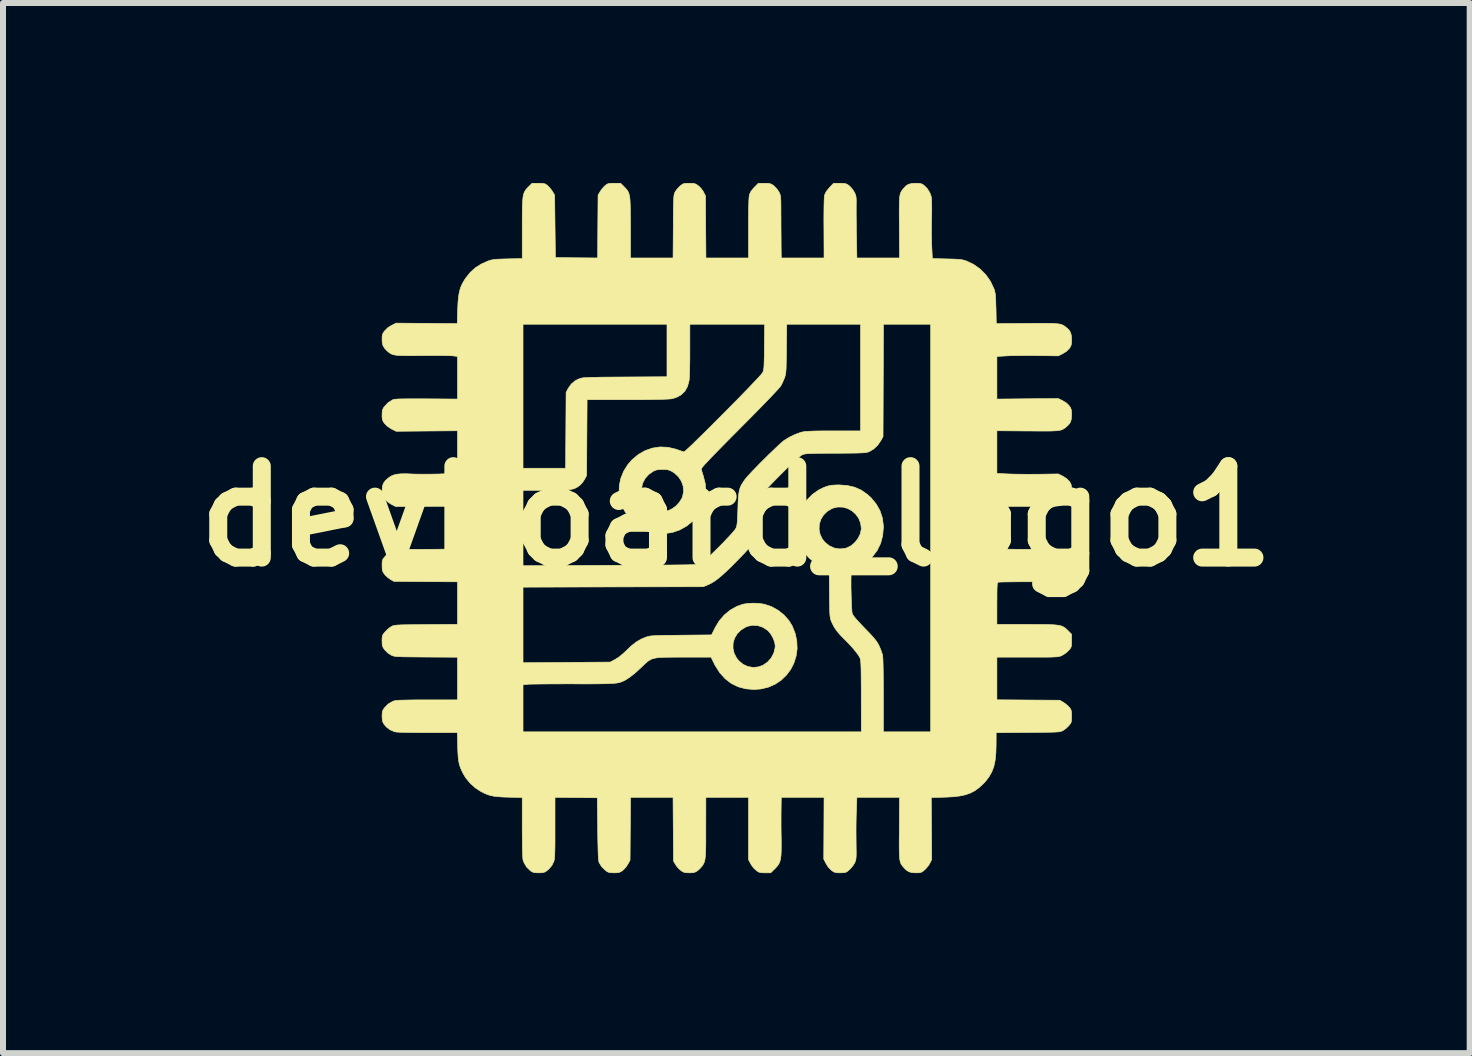
<source format=kicad_pcb>
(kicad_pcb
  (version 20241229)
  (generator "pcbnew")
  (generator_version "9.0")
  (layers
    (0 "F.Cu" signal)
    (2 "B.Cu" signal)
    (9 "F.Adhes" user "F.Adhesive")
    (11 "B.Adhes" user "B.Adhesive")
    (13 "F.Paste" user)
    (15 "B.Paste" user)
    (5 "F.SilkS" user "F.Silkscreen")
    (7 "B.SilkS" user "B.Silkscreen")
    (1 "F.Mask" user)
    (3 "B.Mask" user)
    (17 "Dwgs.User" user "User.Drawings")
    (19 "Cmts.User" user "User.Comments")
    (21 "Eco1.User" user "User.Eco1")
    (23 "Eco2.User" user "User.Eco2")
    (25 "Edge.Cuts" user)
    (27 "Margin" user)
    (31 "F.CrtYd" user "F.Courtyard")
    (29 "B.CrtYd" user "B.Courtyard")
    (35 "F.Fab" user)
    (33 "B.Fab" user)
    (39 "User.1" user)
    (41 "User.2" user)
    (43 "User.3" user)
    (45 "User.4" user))
  (footprint "devboard_logo1"
    (layer "F.Cu")
    (at 9.224 5.555)
    (property "Reference" "devboard_logo1" (at 0 0 0) (layer "F.SilkS") (effects (font (size 1.524 1.524) (thickness 0.3))))
    (attr through_hole)
    (fp_poly (pts (xy 1.776 -5.549) (xy 1.813 -5.545) (xy 1.84 -5.536) (xy 1.867 -5.52) (xy 1.875 -5.514) (xy 1.909 -5.482) (xy 1.944 -5.439) (xy 1.962 -5.409) (xy 1.977 -5.381) (xy 1.988 -5.356) (xy 1.994 -5.33) (xy 1.998 -5.297) (xy 1.999 -5.251) (xy 1.998 -5.187) (xy 1.998 -5.169) (xy 1.998 -5.108) (xy 1.998 -5.027) (xy 1.999 -4.932) (xy 2 -4.83) (xy 2.001 -4.725) (xy 2.003 -4.651) (xy 2.009 -4.305) (xy 2.72 -4.305) (xy 2.717 -4.816) (xy 2.716 -4.95) (xy 2.715 -5.06) (xy 2.716 -5.15) (xy 2.717 -5.222) (xy 2.719 -5.279) (xy 2.723 -5.324) (xy 2.729 -5.359) (xy 2.737 -5.386) (xy 2.747 -5.408) (xy 2.759 -5.428) (xy 2.775 -5.449) (xy 2.781 -5.457) (xy 2.824 -5.504) (xy 2.867 -5.532) (xy 2.92 -5.546) (xy 2.984 -5.55) (xy 3.037 -5.549) (xy 3.073 -5.544) (xy 3.101 -5.534) (xy 3.125 -5.518) (xy 3.182 -5.462) (xy 3.226 -5.391) (xy 3.25 -5.323) (xy 3.254 -5.287) (xy 3.256 -5.229) (xy 3.257 -5.152) (xy 3.257 -5.059) (xy 3.255 -4.991) (xy 3.253 -4.892) (xy 3.252 -4.785) (xy 3.253 -4.678) (xy 3.255 -4.58) (xy 3.257 -4.506) (xy 3.267 -4.295) (xy 3.51 -4.289) (xy 3.598 -4.287) (xy 3.666 -4.284) (xy 3.717 -4.281) (xy 3.757 -4.276) (xy 3.79 -4.269) (xy 3.821 -4.259) (xy 3.832 -4.256) (xy 3.952 -4.199) (xy 4.062 -4.122) (xy 4.157 -4.027) (xy 4.235 -3.917) (xy 4.292 -3.797) (xy 4.294 -3.794) (xy 4.304 -3.763) (xy 4.311 -3.732) (xy 4.317 -3.696) (xy 4.321 -3.65) (xy 4.324 -3.591) (xy 4.326 -3.513) (xy 4.328 -3.463) (xy 4.333 -3.211) (xy 4.849 -3.214) (xy 4.983 -3.215) (xy 5.094 -3.215) (xy 5.185 -3.215) (xy 5.258 -3.214) (xy 5.316 -3.211) (xy 5.361 -3.207) (xy 5.396 -3.202) (xy 5.423 -3.194) (xy 5.446 -3.184) (xy 5.466 -3.172) (xy 5.486 -3.157) (xy 5.495 -3.15) (xy 5.542 -3.108) (xy 5.57 -3.064) (xy 5.584 -3.011) (xy 5.588 -2.946) (xy 5.587 -2.894) (xy 5.582 -2.858) (xy 5.572 -2.83) (xy 5.554 -2.802) (xy 5.551 -2.797) (xy 5.502 -2.748) (xy 5.44 -2.71) (xy 5.366 -2.673) (xy 5.018 -2.678) (xy 4.916 -2.679) (xy 4.812 -2.679) (xy 4.713 -2.678) (xy 4.623 -2.677) (xy 4.549 -2.675) (xy 4.507 -2.673) (xy 4.343 -2.664) (xy 4.343 -1.953) (xy 4.855 -1.958) (xy 5.366 -1.962) (xy 5.44 -1.926) (xy 5.507 -1.884) (xy 5.551 -1.838) (xy 5.57 -1.809) (xy 5.581 -1.781) (xy 5.587 -1.747) (xy 5.588 -1.698) (xy 5.588 -1.69) (xy 5.584 -1.621) (xy 5.569 -1.569) (xy 5.539 -1.526) (xy 5.495 -1.486) (xy 5.474 -1.469) (xy 5.454 -1.456) (xy 5.433 -1.445) (xy 5.408 -1.436) (xy 5.376 -1.43) (xy 5.335 -1.425) (xy 5.283 -1.422) (xy 5.217 -1.42) (xy 5.134 -1.42) (xy 5.031 -1.42) (xy 4.907 -1.421) (xy 4.855 -1.421) (xy 4.343 -1.425) (xy 4.343 -0.714) (xy 4.524 -0.705) (xy 4.59 -0.703) (xy 4.674 -0.701) (xy 4.772 -0.7) (xy 4.876 -0.699) (xy 4.98 -0.7) (xy 5.036 -0.7) (xy 5.366 -0.705) (xy 5.44 -0.669) (xy 5.507 -0.626) (xy 5.551 -0.581) (xy 5.57 -0.551) (xy 5.581 -0.524) (xy 5.587 -0.49) (xy 5.588 -0.441) (xy 5.588 -0.432) (xy 5.584 -0.364) (xy 5.569 -0.312) (xy 5.539 -0.268) (xy 5.495 -0.228) (xy 5.474 -0.212) (xy 5.453 -0.198) (xy 5.43 -0.187) (xy 5.403 -0.179) (xy 5.369 -0.172) (xy 5.324 -0.168) (xy 5.268 -0.165) (xy 5.196 -0.164) (xy 5.106 -0.163) (xy 4.995 -0.164) (xy 4.9 -0.164) (xy 4.792 -0.164) (xy 4.69 -0.164) (xy 4.598 -0.164) (xy 4.518 -0.163) (xy 4.455 -0.162) (xy 4.41 -0.16) (xy 4.389 -0.158) (xy 4.343 -0.15) (xy 4.343 0.546) (xy 4.524 0.549) (xy 4.589 0.55) (xy 4.673 0.551) (xy 4.771 0.551) (xy 4.875 0.552) (xy 4.98 0.552) (xy 5.042 0.552) (xy 5.143 0.552) (xy 5.223 0.553) (xy 5.284 0.554) (xy 5.329 0.556) (xy 5.363 0.559) (xy 5.388 0.563) (xy 5.408 0.569) (xy 5.426 0.576) (xy 5.439 0.582) (xy 5.484 0.611) (xy 5.529 0.648) (xy 5.544 0.664) (xy 5.565 0.69) (xy 5.578 0.713) (xy 5.585 0.739) (xy 5.588 0.776) (xy 5.588 0.824) (xy 5.588 0.932) (xy 5.521 0.996) (xy 5.471 1.039) (xy 5.422 1.069) (xy 5.402 1.077) (xy 5.378 1.081) (xy 5.337 1.085) (xy 5.277 1.088) (xy 5.198 1.09) (xy 5.098 1.091) (xy 4.974 1.092) (xy 4.867 1.092) (xy 4.758 1.092) (xy 4.656 1.093) (xy 4.565 1.094) (xy 4.488 1.095) (xy 4.427 1.096) (xy 4.384 1.098) (xy 4.364 1.1) (xy 4.363 1.1) (xy 4.357 1.105) (xy 4.353 1.116) (xy 4.349 1.136) (xy 4.347 1.168) (xy 4.345 1.215) (xy 4.344 1.279) (xy 4.344 1.363) (xy 4.343 1.456) (xy 4.343 1.803) (xy 4.836 1.803) (xy 4.974 1.804) (xy 5.089 1.804) (xy 5.183 1.805) (xy 5.26 1.808) (xy 5.321 1.812) (xy 5.37 1.818) (xy 5.409 1.827) (xy 5.44 1.838) (xy 5.466 1.853) (xy 5.489 1.87) (xy 5.513 1.892) (xy 5.526 1.905) (xy 5.588 1.967) (xy 5.588 2.074) (xy 5.588 2.126) (xy 5.585 2.161) (xy 5.577 2.186) (xy 5.562 2.21) (xy 5.541 2.235) (xy 5.501 2.273) (xy 5.452 2.307) (xy 5.43 2.319) (xy 5.414 2.327) (xy 5.398 2.333) (xy 5.38 2.338) (xy 5.357 2.342) (xy 5.327 2.344) (xy 5.287 2.346) (xy 5.235 2.348) (xy 5.168 2.349) (xy 5.083 2.349) (xy 4.978 2.349) (xy 4.855 2.349) (xy 4.343 2.349) (xy 4.343 3.06) (xy 5.391 3.067) (xy 5.451 3.102) (xy 5.494 3.132) (xy 5.535 3.169) (xy 5.549 3.184) (xy 5.569 3.21) (xy 5.58 3.233) (xy 5.586 3.262) (xy 5.588 3.305) (xy 5.588 3.334) (xy 5.587 3.386) (xy 5.584 3.421) (xy 5.576 3.446) (xy 5.56 3.469) (xy 5.542 3.491) (xy 5.505 3.528) (xy 5.462 3.561) (xy 5.444 3.572) (xy 5.43 3.579) (xy 5.416 3.585) (xy 5.399 3.59) (xy 5.377 3.593) (xy 5.346 3.596) (xy 5.305 3.598) (xy 5.251 3.6) (xy 5.181 3.601) (xy 5.094 3.602) (xy 4.985 3.603) (xy 4.861 3.604) (xy 4.331 3.608) (xy 4.33 3.807) (xy 4.326 3.948) (xy 4.314 4.068) (xy 4.292 4.171) (xy 4.258 4.261) (xy 4.212 4.343) (xy 4.153 4.42) (xy 4.112 4.463) (xy 4.043 4.526) (xy 3.974 4.576) (xy 3.901 4.614) (xy 3.819 4.643) (xy 3.725 4.663) (xy 3.615 4.676) (xy 3.483 4.683) (xy 3.475 4.683) (xy 3.249 4.69) (xy 3.253 5.206) (xy 3.256 5.721) (xy 3.227 5.782) (xy 3.2 5.826) (xy 3.162 5.871) (xy 3.14 5.893) (xy 3.108 5.92) (xy 3.082 5.935) (xy 3.053 5.942) (xy 3.011 5.944) (xy 2.995 5.944) (xy 2.927 5.94) (xy 2.876 5.926) (xy 2.832 5.898) (xy 2.794 5.859) (xy 2.775 5.837) (xy 2.759 5.817) (xy 2.746 5.796) (xy 2.736 5.772) (xy 2.728 5.743) (xy 2.722 5.705) (xy 2.719 5.656) (xy 2.716 5.594) (xy 2.715 5.516) (xy 2.715 5.42) (xy 2.716 5.303) (xy 2.717 5.204) (xy 2.72 4.686) (xy 2.009 4.686) (xy 2.001 4.905) (xy 1.998 4.987) (xy 1.996 5.086) (xy 1.995 5.194) (xy 1.995 5.304) (xy 1.996 5.408) (xy 1.996 5.423) (xy 1.997 5.518) (xy 1.998 5.591) (xy 1.998 5.646) (xy 1.996 5.687) (xy 1.993 5.716) (xy 1.988 5.739) (xy 1.981 5.758) (xy 1.972 5.778) (xy 1.971 5.782) (xy 1.943 5.825) (xy 1.906 5.87) (xy 1.883 5.893) (xy 1.852 5.919) (xy 1.827 5.934) (xy 1.799 5.941) (xy 1.76 5.943) (xy 1.733 5.944) (xy 1.682 5.943) (xy 1.648 5.938) (xy 1.62 5.926) (xy 1.59 5.906) (xy 1.585 5.902) (xy 1.532 5.849) (xy 1.494 5.788) (xy 1.457 5.715) (xy 1.462 4.686) (xy 0.749 4.686) (xy 0.746 4.886) (xy 0.745 4.963) (xy 0.745 5.057) (xy 0.745 5.161) (xy 0.746 5.266) (xy 0.748 5.366) (xy 0.748 5.373) (xy 0.749 5.486) (xy 0.748 5.577) (xy 0.745 5.649) (xy 0.738 5.706) (xy 0.727 5.752) (xy 0.711 5.79) (xy 0.689 5.824) (xy 0.661 5.856) (xy 0.641 5.877) (xy 0.572 5.944) (xy 0.478 5.944) (xy 0.427 5.943) (xy 0.392 5.938) (xy 0.365 5.927) (xy 0.336 5.908) (xy 0.329 5.902) (xy 0.287 5.862) (xy 0.249 5.811) (xy 0.239 5.793) (xy 0.203 5.725) (xy 0.203 4.686) (xy -0.508 4.686) (xy -0.509 5.191) (xy -0.509 5.324) (xy -0.509 5.434) (xy -0.51 5.524) (xy -0.512 5.597) (xy -0.515 5.655) (xy -0.52 5.7) (xy -0.526 5.735) (xy -0.534 5.764) (xy -0.544 5.787) (xy -0.556 5.809) (xy -0.571 5.832) (xy -0.572 5.833) (xy -0.601 5.867) (xy -0.638 5.901) (xy -0.648 5.909) (xy -0.679 5.928) (xy -0.709 5.939) (xy -0.748 5.943) (xy -0.784 5.944) (xy -0.835 5.942) (xy -0.87 5.936) (xy -0.899 5.923) (xy -0.924 5.906) (xy -0.962 5.872) (xy -0.999 5.828) (xy -1.012 5.808) (xy -1.048 5.747) (xy -1.055 4.686) (xy -1.764 4.686) (xy -1.768 5.21) (xy -1.772 5.734) (xy -1.809 5.801) (xy -1.839 5.846) (xy -1.876 5.888) (xy -1.897 5.906) (xy -1.928 5.926) (xy -1.956 5.938) (xy -1.992 5.943) (xy -2.039 5.944) (xy -2.089 5.942) (xy -2.124 5.937) (xy -2.151 5.925) (xy -2.175 5.909) (xy -2.245 5.842) (xy -2.289 5.77) (xy -2.293 5.753) (xy -2.297 5.72) (xy -2.301 5.671) (xy -2.304 5.603) (xy -2.306 5.515) (xy -2.309 5.406) (xy -2.311 5.274) (xy -2.311 5.213) (xy -2.318 4.693) (xy -3.023 4.686) (xy -3.023 5.193) (xy -3.023 5.325) (xy -3.023 5.434) (xy -3.024 5.523) (xy -3.026 5.594) (xy -3.028 5.648) (xy -3.03 5.69) (xy -3.034 5.72) (xy -3.038 5.742) (xy -3.041 5.752) (xy -3.075 5.822) (xy -3.126 5.881) (xy -3.159 5.909) (xy -3.187 5.928) (xy -3.215 5.938) (xy -3.252 5.943) (xy -3.296 5.944) (xy -3.347 5.942) (xy -3.381 5.937) (xy -3.409 5.925) (xy -3.433 5.909) (xy -3.495 5.849) (xy -3.539 5.775) (xy -3.555 5.733) (xy -3.559 5.705) (xy -3.562 5.652) (xy -3.565 5.575) (xy -3.567 5.476) (xy -3.568 5.354) (xy -3.569 5.21) (xy -3.569 5.186) (xy -3.569 4.689) (xy -3.8 4.683) (xy -3.9 4.68) (xy -3.98 4.674) (xy -4.044 4.666) (xy -4.1 4.655) (xy -4.152 4.638) (xy -4.205 4.615) (xy -4.26 4.587) (xy -4.351 4.528) (xy -4.437 4.45) (xy -4.51 4.362) (xy -4.549 4.298) (xy -4.579 4.238) (xy -4.601 4.186) (xy -4.618 4.134) (xy -4.629 4.078) (xy -4.637 4.012) (xy -4.642 3.931) (xy -4.645 3.839) (xy -4.651 3.607) (xy -5.148 3.607) (xy -5.292 3.606) (xy -5.415 3.605) (xy -5.518 3.603) (xy -5.599 3.601) (xy -5.657 3.598) (xy -5.69 3.594) (xy -5.695 3.593) (xy -5.769 3.561) (xy -5.835 3.512) (xy -5.873 3.466) (xy -5.892 3.433) (xy -5.901 3.399) (xy -5.905 3.354) (xy -5.905 3.331) (xy -5.903 3.281) (xy -5.897 3.247) (xy -5.883 3.218) (xy -5.867 3.195) (xy -5.804 3.13) (xy -5.728 3.086) (xy -5.695 3.075) (xy -5.667 3.071) (xy -5.614 3.067) (xy -5.537 3.065) (xy -5.437 3.063) (xy -5.315 3.061) (xy -5.172 3.061) (xy -5.147 3.061) (xy -4.648 3.061) (xy -4.648 2.35) (xy -5.172 2.347) (xy -5.301 2.346) (xy -5.407 2.345) (xy -5.493 2.344) (xy -5.561 2.343) (xy -5.614 2.341) (xy -5.655 2.339) (xy -5.685 2.336) (xy -5.707 2.332) (xy -5.725 2.327) (xy -5.74 2.321) (xy -5.756 2.314) (xy -5.757 2.313) (xy -5.809 2.279) (xy -5.855 2.234) (xy -5.862 2.226) (xy -5.885 2.193) (xy -5.898 2.166) (xy -5.904 2.133) (xy -5.905 2.087) (xy -5.906 2.076) (xy -5.905 2.028) (xy -5.9 1.996) (xy -5.889 1.97) (xy -5.868 1.943) (xy -5.853 1.925) (xy -5.815 1.887) (xy -5.773 1.853) (xy -5.748 1.838) (xy -5.735 1.831) (xy -5.721 1.825) (xy -5.703 1.821) (xy -5.681 1.817) (xy -5.65 1.814) (xy -5.608 1.812) (xy -5.554 1.81) (xy -5.483 1.809) (xy -5.395 1.808) (xy -5.285 1.807) (xy -5.172 1.806) (xy -4.648 1.802) (xy -4.648 1.182) (xy -3.556 1.182) (xy -3.556 2.442) (xy -2.102 2.431) (xy -2.019 2.387) (xy -1.949 2.342) (xy -1.872 2.276) (xy -1.835 2.241) (xy -1.793 2.201) (xy -0.056 2.201) (xy -0.037 2.285) (xy 0.005 2.365) (xy 0.043 2.411) (xy 0.114 2.47) (xy 0.195 2.506) (xy 0.282 2.52) (xy 0.37 2.511) (xy 0.445 2.483) (xy 0.519 2.432) (xy 0.58 2.364) (xy 0.623 2.284) (xy 0.645 2.198) (xy 0.648 2.159) (xy 0.638 2.097) (xy 0.612 2.03) (xy 0.575 1.964) (xy 0.53 1.91) (xy 0.518 1.9) (xy 0.443 1.851) (xy 0.359 1.823) (xy 0.272 1.817) (xy 0.186 1.835) (xy 0.157 1.847) (xy 0.076 1.897) (xy 0.013 1.961) (xy -0.031 2.035) (xy -0.054 2.117) (xy -0.056 2.201) (xy -1.793 2.201) (xy -1.749 2.159) (xy -1.668 2.096) (xy -1.588 2.049) (xy -1.511 2.017) (xy -1.49 2.01) (xy -1.469 2.004) (xy -1.446 1.999) (xy -1.418 1.995) (xy -1.382 1.992) (xy -1.336 1.99) (xy -1.278 1.988) (xy -1.203 1.986) (xy -1.11 1.985) (xy -0.996 1.984) (xy -0.921 1.983) (xy -0.413 1.978) (xy -0.357 1.864) (xy -0.289 1.749) (xy -0.203 1.648) (xy -0.104 1.566) (xy 0.007 1.503) (xy 0.108 1.467) (xy 0.188 1.454) (xy 0.281 1.449) (xy 0.376 1.453) (xy 0.463 1.466) (xy 0.469 1.467) (xy 0.586 1.507) (xy 0.695 1.567) (xy 0.793 1.645) (xy 0.875 1.737) (xy 0.932 1.83) (xy 0.982 1.957) (xy 1.008 2.084) (xy 1.013 2.21) (xy 0.996 2.331) (xy 0.96 2.446) (xy 0.906 2.553) (xy 0.835 2.648) (xy 0.749 2.731) (xy 0.648 2.799) (xy 0.535 2.849) (xy 0.411 2.879) (xy 0.292 2.888) (xy 0.154 2.876) (xy 0.028 2.842) (xy -0.086 2.786) (xy -0.188 2.707) (xy -0.278 2.606) (xy -0.356 2.483) (xy -0.376 2.443) (xy -0.421 2.349) (xy -0.869 2.349) (xy -0.999 2.349) (xy -1.107 2.35) (xy -1.195 2.351) (xy -1.267 2.354) (xy -1.325 2.36) (xy -1.373 2.369) (xy -1.412 2.381) (xy -1.446 2.399) (xy -1.479 2.421) (xy -1.512 2.449) (xy -1.549 2.484) (xy -1.586 2.52) (xy -1.684 2.61) (xy -1.771 2.679) (xy -1.849 2.73) (xy -1.896 2.753) (xy -1.919 2.762) (xy -1.944 2.77) (xy -1.972 2.777) (xy -2.006 2.782) (xy -2.049 2.786) (xy -2.102 2.789) (xy -2.168 2.791) (xy -2.249 2.793) (xy -2.347 2.794) (xy -2.464 2.795) (xy -2.602 2.795) (xy -2.731 2.794) (xy -2.863 2.794) (xy -2.989 2.795) (xy -3.106 2.795) (xy -3.213 2.796) (xy -3.306 2.797) (xy -3.382 2.798) (xy -3.44 2.799) (xy -3.476 2.801) (xy -3.484 2.802) (xy -3.556 2.81) (xy -3.556 3.594) (xy 2.083 3.594) (xy 2.082 3.007) (xy 2.082 2.86) (xy 2.081 2.737) (xy 2.08 2.636) (xy 2.079 2.554) (xy 2.077 2.49) (xy 2.074 2.441) (xy 2.071 2.405) (xy 2.067 2.382) (xy 2.065 2.372) (xy 2.043 2.329) (xy 2.003 2.273) (xy 1.949 2.206) (xy 1.881 2.131) (xy 1.803 2.051) (xy 1.798 2.047) (xy 1.727 1.974) (xy 1.673 1.91) (xy 1.632 1.85) (xy 1.599 1.786) (xy 1.585 1.754) (xy 1.576 1.733) (xy 1.57 1.711) (xy 1.565 1.687) (xy 1.561 1.657) (xy 1.558 1.617) (xy 1.556 1.565) (xy 1.555 1.496) (xy 1.553 1.409) (xy 1.552 1.3) (xy 1.552 1.293) (xy 1.548 0.903) (xy 1.489 0.881) (xy 1.396 0.835) (xy 1.303 0.773) (xy 1.216 0.698) (xy 1.142 0.616) (xy 1.089 0.537) (xy 1.059 0.468) (xy 1.033 0.387) (xy 1.013 0.302) (xy 1.004 0.224) (xy 1.004 0.217) (xy 1.379 0.217) (xy 1.395 0.3) (xy 1.432 0.379) (xy 1.48 0.438) (xy 1.555 0.496) (xy 1.639 0.532) (xy 1.728 0.545) (xy 1.819 0.534) (xy 1.844 0.526) (xy 1.914 0.491) (xy 1.977 0.436) (xy 2.029 0.369) (xy 2.066 0.294) (xy 2.082 0.218) (xy 2.083 0.202) (xy 2.071 0.114) (xy 2.039 0.034) (xy 1.99 -0.034) (xy 1.927 -0.09) (xy 1.854 -0.13) (xy 1.774 -0.152) (xy 1.69 -0.154) (xy 1.607 -0.134) (xy 1.594 -0.128) (xy 1.514 -0.081) (xy 1.452 -0.019) (xy 1.408 0.054) (xy 1.383 0.134) (xy 1.379 0.217) (xy 1.004 0.217) (xy 1.004 0.204) (xy 1.016 0.075) (xy 1.051 -0.049) (xy 1.105 -0.166) (xy 1.178 -0.272) (xy 1.267 -0.363) (xy 1.37 -0.436) (xy 1.391 -0.447) (xy 1.461 -0.481) (xy 1.523 -0.503) (xy 1.585 -0.516) (xy 1.658 -0.521) (xy 1.712 -0.522) (xy 1.849 -0.512) (xy 1.971 -0.484) (xy 2.082 -0.435) (xy 2.183 -0.364) (xy 2.242 -0.311) (xy 2.329 -0.207) (xy 2.394 -0.093) (xy 2.434 0.029) (xy 2.451 0.16) (xy 2.451 0.186) (xy 2.439 0.324) (xy 2.405 0.452) (xy 2.348 0.569) (xy 2.269 0.674) (xy 2.171 0.764) (xy 2.052 0.839) (xy 2.003 0.863) (xy 1.96 0.884) (xy 1.935 0.9) (xy 1.922 0.917) (xy 1.916 0.94) (xy 1.915 0.949) (xy 1.913 0.986) (xy 1.911 1.041) (xy 1.911 1.11) (xy 1.911 1.189) (xy 1.913 1.272) (xy 1.915 1.356) (xy 1.918 1.436) (xy 1.921 1.508) (xy 1.925 1.566) (xy 1.929 1.608) (xy 1.932 1.624) (xy 1.948 1.653) (xy 1.983 1.698) (xy 2.037 1.759) (xy 2.11 1.836) (xy 2.14 1.867) (xy 2.207 1.936) (xy 2.259 1.992) (xy 2.299 2.037) (xy 2.329 2.076) (xy 2.353 2.11) (xy 2.372 2.145) (xy 2.379 2.159) (xy 2.403 2.214) (xy 2.424 2.271) (xy 2.438 2.318) (xy 2.438 2.323) (xy 2.441 2.35) (xy 2.444 2.401) (xy 2.446 2.472) (xy 2.448 2.561) (xy 2.449 2.666) (xy 2.45 2.783) (xy 2.451 2.911) (xy 2.451 2.993) (xy 2.451 3.594) (xy 3.239 3.594) (xy 3.239 -3.2) (xy 2.452 -3.2) (xy 2.445 -1.327) (xy 2.411 -1.264) (xy 2.357 -1.185) (xy 2.288 -1.12) (xy 2.219 -1.079) (xy 2.203 -1.073) (xy 2.186 -1.067) (xy 2.165 -1.063) (xy 2.139 -1.059) (xy 2.104 -1.057) (xy 2.058 -1.055) (xy 1.997 -1.053) (xy 1.921 -1.052) (xy 1.825 -1.051) (xy 1.707 -1.05) (xy 1.654 -1.05) (xy 1.526 -1.05) (xy 1.42 -1.049) (xy 1.335 -1.048) (xy 1.268 -1.046) (xy 1.216 -1.044) (xy 1.177 -1.042) (xy 1.147 -1.038) (xy 1.125 -1.034) (xy 1.109 -1.029) (xy 1.099 -1.025) (xy 1.074 -1.009) (xy 1.034 -0.976) (xy 0.983 -0.931) (xy 0.922 -0.875) (xy 0.855 -0.811) (xy 0.785 -0.742) (xy 0.714 -0.671) (xy 0.644 -0.6) (xy 0.579 -0.533) (xy 0.521 -0.471) (xy 0.473 -0.417) (xy 0.437 -0.375) (xy 0.417 -0.346) (xy 0.415 -0.343) (xy 0.406 -0.32) (xy 0.398 -0.295) (xy 0.393 -0.263) (xy 0.39 -0.221) (xy 0.387 -0.164) (xy 0.386 -0.087) (xy 0.385 -0.051) (xy 0.383 0.055) (xy 0.378 0.144) (xy 0.37 0.22) (xy 0.355 0.288) (xy 0.334 0.349) (xy 0.303 0.409) (xy 0.261 0.47) (xy 0.207 0.536) (xy 0.139 0.611) (xy 0.054 0.699) (xy 0.013 0.741) (xy -0.086 0.841) (xy -0.171 0.923) (xy -0.245 0.99) (xy -0.309 1.043) (xy -0.367 1.085) (xy -0.42 1.117) (xy -0.471 1.142) (xy -0.481 1.146) (xy -0.552 1.175) (xy -2.054 1.178) (xy -3.556 1.182) (xy -4.648 1.182) (xy -4.648 1.093) (xy -5.178 1.09) (xy -5.709 1.086) (xy -5.77 1.05) (xy -5.813 1.019) (xy -5.854 0.98) (xy -5.868 0.962) (xy -5.888 0.932) (xy -5.9 0.903) (xy -5.904 0.867) (xy -5.905 0.819) (xy -5.905 0.771) (xy -5.9 0.738) (xy -5.889 0.713) (xy -5.868 0.685) (xy -5.853 0.668) (xy -5.822 0.634) (xy -5.794 0.607) (xy -5.764 0.587) (xy -5.73 0.572) (xy -5.688 0.563) (xy -5.635 0.557) (xy -5.565 0.553) (xy -5.476 0.552) (xy -5.404 0.552) (xy -5.301 0.552) (xy -5.189 0.551) (xy -5.077 0.551) (xy -4.972 0.55) (xy -4.884 0.549) (xy -4.88 0.549) (xy -4.648 0.546) (xy -4.648 -0.167) (xy -5.163 -0.164) (xy -5.677 -0.161) (xy -5.75 -0.198) (xy -5.811 -0.238) (xy -5.86 -0.285) (xy -5.864 -0.29) (xy -5.887 -0.323) (xy -5.899 -0.351) (xy -5.904 -0.386) (xy -5.905 -0.431) (xy -5.905 -0.432) (xy -3.556 -0.432) (xy -3.556 0.825) (xy -2.099 0.818) (xy -1.875 0.817) (xy -1.676 0.817) (xy -1.499 0.816) (xy -1.343 0.815) (xy -1.207 0.814) (xy -1.09 0.813) (xy -0.989 0.812) (xy -0.904 0.811) (xy -0.832 0.81) (xy -0.774 0.808) (xy -0.726 0.807) (xy -0.689 0.805) (xy -0.66 0.803) (xy -0.637 0.8) (xy -0.621 0.797) (xy -0.608 0.794) (xy -0.599 0.791) (xy -0.591 0.787) (xy -0.565 0.77) (xy -0.525 0.737) (xy -0.475 0.692) (xy -0.416 0.636) (xy -0.352 0.574) (xy -0.286 0.508) (xy -0.22 0.442) (xy -0.159 0.377) (xy -0.103 0.318) (xy -0.057 0.266) (xy -0.024 0.226) (xy -0.006 0.199) (xy -0.005 0.197) (xy 0.003 0.174) (xy 0.01 0.143) (xy 0.015 0.101) (xy 0.019 0.045) (xy 0.022 -0.03) (xy 0.026 -0.127) (xy 0.029 -0.231) (xy 0.034 -0.314) (xy 0.041 -0.38) (xy 0.051 -0.434) (xy 0.065 -0.48) (xy 0.085 -0.523) (xy 0.112 -0.566) (xy 0.145 -0.615) (xy 0.146 -0.616) (xy 0.171 -0.646) (xy 0.211 -0.691) (xy 0.263 -0.747) (xy 0.325 -0.811) (xy 0.392 -0.88) (xy 0.464 -0.951) (xy 0.535 -1.022) (xy 0.605 -1.089) (xy 0.669 -1.15) (xy 0.724 -1.202) (xy 0.768 -1.241) (xy 0.798 -1.265) (xy 0.8 -1.266) (xy 0.889 -1.32) (xy 0.981 -1.364) (xy 1.068 -1.396) (xy 1.095 -1.403) (xy 1.124 -1.409) (xy 1.16 -1.413) (xy 1.208 -1.416) (xy 1.27 -1.419) (xy 1.347 -1.421) (xy 1.444 -1.422) (xy 1.562 -1.422) (xy 1.622 -1.422) (xy 2.07 -1.422) (xy 2.07 -3.2) (xy 1.455 -3.2) (xy 0.84 -3.2) (xy 0.835 -2.791) (xy 0.834 -2.677) (xy 0.832 -2.585) (xy 0.831 -2.513) (xy 0.829 -2.457) (xy 0.826 -2.414) (xy 0.822 -2.381) (xy 0.817 -2.354) (xy 0.811 -2.331) (xy 0.804 -2.309) (xy 0.803 -2.306) (xy 0.781 -2.254) (xy 0.756 -2.2) (xy 0.741 -2.173) (xy 0.726 -2.153) (xy 0.693 -2.116) (xy 0.645 -2.064) (xy 0.582 -1.997) (xy 0.505 -1.917) (xy 0.416 -1.825) (xy 0.315 -1.722) (xy 0.204 -1.609) (xy 0.083 -1.488) (xy 0.062 -1.466) (xy -0.082 -1.322) (xy -0.207 -1.195) (xy -0.315 -1.085) (xy -0.405 -0.993) (xy -0.476 -0.917) (xy -0.53 -0.86) (xy -0.565 -0.819) (xy -0.582 -0.797) (xy -0.584 -0.792) (xy -0.58 -0.768) (xy -0.569 -0.728) (xy -0.554 -0.681) (xy -0.551 -0.672) (xy -0.518 -0.542) (xy -0.51 -0.412) (xy -0.525 -0.283) (xy -0.564 -0.16) (xy -0.625 -0.044) (xy -0.709 0.062) (xy -0.723 0.077) (xy -0.826 0.162) (xy -0.939 0.226) (xy -1.058 0.268) (xy -1.181 0.288) (xy -1.306 0.286) (xy -1.429 0.262) (xy -1.548 0.215) (xy -1.658 0.147) (xy -1.739 0.078) (xy -1.826 -0.026) (xy -1.891 -0.138) (xy -1.934 -0.258) (xy -1.954 -0.381) (xy -1.952 -0.463) (xy -1.581 -0.463) (xy -1.578 -0.374) (xy -1.569 -0.337) (xy -1.536 -0.263) (xy -1.483 -0.196) (xy -1.417 -0.141) (xy -1.342 -0.1) (xy -1.264 -0.079) (xy -1.237 -0.077) (xy -1.203 -0.08) (xy -1.157 -0.089) (xy -1.13 -0.096) (xy -1.066 -0.127) (xy -1.002 -0.175) (xy -0.947 -0.236) (xy -0.906 -0.302) (xy -0.896 -0.329) (xy -0.879 -0.416) (xy -0.887 -0.503) (xy -0.916 -0.585) (xy -0.966 -0.659) (xy -1.034 -0.722) (xy -1.083 -0.752) (xy -1.122 -0.769) (xy -1.165 -0.778) (xy -1.223 -0.78) (xy -1.232 -0.78) (xy -1.292 -0.778) (xy -1.337 -0.77) (xy -1.376 -0.755) (xy -1.381 -0.752) (xy -1.46 -0.697) (xy -1.521 -0.629) (xy -1.562 -0.55) (xy -1.581 -0.463) (xy -1.952 -0.463) (xy -1.952 -0.505) (xy -1.927 -0.628) (xy -1.88 -0.747) (xy -1.811 -0.858) (xy -1.74 -0.94) (xy -1.635 -1.028) (xy -1.52 -1.094) (xy -1.398 -1.136) (xy -1.27 -1.155) (xy -1.14 -1.149) (xy -1.008 -1.118) (xy -0.991 -1.112) (xy -0.943 -1.095) (xy -0.903 -1.081) (xy -0.878 -1.073) (xy -0.875 -1.072) (xy -0.863 -1.079) (xy -0.835 -1.103) (xy -0.792 -1.142) (xy -0.737 -1.194) (xy -0.672 -1.258) (xy -0.597 -1.331) (xy -0.515 -1.411) (xy -0.427 -1.498) (xy -0.336 -1.59) (xy -0.242 -1.684) (xy -0.148 -1.779) (xy -0.055 -1.873) (xy 0.035 -1.964) (xy 0.12 -2.052) (xy 0.199 -2.133) (xy 0.269 -2.207) (xy 0.33 -2.271) (xy 0.379 -2.324) (xy 0.415 -2.364) (xy 0.435 -2.39) (xy 0.439 -2.396) (xy 0.446 -2.412) (xy 0.452 -2.431) (xy 0.456 -2.455) (xy 0.46 -2.489) (xy 0.462 -2.534) (xy 0.464 -2.594) (xy 0.466 -2.673) (xy 0.467 -2.772) (xy 0.467 -2.823) (xy 0.471 -3.2) (xy -0.152 -3.2) (xy -0.775 -3.2) (xy -0.775 -2.772) (xy -0.775 -2.665) (xy -0.776 -2.563) (xy -0.778 -2.469) (xy -0.78 -2.388) (xy -0.783 -2.322) (xy -0.786 -2.277) (xy -0.788 -2.261) (xy -0.814 -2.163) (xy -0.858 -2.084) (xy -0.921 -2.023) (xy -1 -1.98) (xy -1.084 -1.957) (xy -1.118 -1.954) (xy -1.176 -1.951) (xy -1.258 -1.948) (xy -1.362 -1.946) (xy -1.487 -1.944) (xy -1.632 -1.943) (xy -1.796 -1.943) (xy -1.826 -1.943) (xy -2.488 -1.943) (xy -2.496 -0.679) (xy -2.531 -0.613) (xy -2.565 -0.561) (xy -2.606 -0.518) (xy -2.619 -0.508) (xy -2.648 -0.488) (xy -2.677 -0.471) (xy -2.709 -0.458) (xy -2.747 -0.449) (xy -2.793 -0.442) (xy -2.852 -0.437) (xy -2.925 -0.434) (xy -3.016 -0.432) (xy -3.129 -0.432) (xy -3.177 -0.432) (xy -3.556 -0.432) (xy -5.905 -0.432) (xy -5.9 -0.497) (xy -5.882 -0.55) (xy -5.847 -0.597) (xy -5.794 -0.643) (xy -5.754 -0.669) (xy -5.709 -0.688) (xy -5.654 -0.701) (xy -5.587 -0.707) (xy -5.503 -0.708) (xy -5.41 -0.704) (xy -5.338 -0.702) (xy -5.247 -0.701) (xy -5.147 -0.701) (xy -5.043 -0.702) (xy -4.945 -0.704) (xy -4.935 -0.705) (xy -4.648 -0.714) (xy -4.648 -1.425) (xy -5.671 -1.416) (xy -5.747 -1.454) (xy -5.819 -1.501) (xy -5.864 -1.547) (xy -5.887 -1.58) (xy -5.899 -1.609) (xy -5.905 -1.645) (xy -5.905 -1.688) (xy -5.904 -1.738) (xy -5.898 -1.773) (xy -5.884 -1.803) (xy -5.869 -1.825) (xy -5.804 -1.894) (xy -5.726 -1.942) (xy -5.72 -1.945) (xy -5.702 -1.949) (xy -5.669 -1.952) (xy -5.619 -1.955) (xy -5.55 -1.956) (xy -5.462 -1.957) (xy -5.352 -1.957) (xy -5.218 -1.957) (xy -5.166 -1.957) (xy -4.648 -1.953) (xy -4.648 -2.664) (xy -4.72 -2.673) (xy -4.75 -2.675) (xy -4.801 -2.677) (xy -4.871 -2.678) (xy -4.956 -2.679) (xy -5.052 -2.679) (xy -5.156 -2.679) (xy -5.238 -2.678) (xy -5.362 -2.677) (xy -5.464 -2.677) (xy -5.546 -2.678) (xy -5.611 -2.68) (xy -5.662 -2.683) (xy -5.702 -2.689) (xy -5.733 -2.697) (xy -5.758 -2.708) (xy -5.78 -2.722) (xy -5.803 -2.74) (xy -5.823 -2.758) (xy -5.866 -2.803) (xy -5.892 -2.849) (xy -5.904 -2.906) (xy -5.905 -2.951) (xy -5.904 -3) (xy -5.897 -3.033) (xy -5.882 -3.064) (xy -5.864 -3.088) (xy -5.809 -3.143) (xy -5.747 -3.181) (xy -5.709 -3.2) (xy -3.556 -3.2) (xy -3.556 -0.8) (xy -2.846 -0.8) (xy -2.842 -1.432) (xy -2.838 -2.064) (xy -2.804 -2.129) (xy -2.75 -2.205) (xy -2.68 -2.263) (xy -2.61 -2.295) (xy -2.593 -2.3) (xy -2.573 -2.304) (xy -2.547 -2.308) (xy -2.512 -2.31) (xy -2.467 -2.313) (xy -2.409 -2.315) (xy -2.337 -2.316) (xy -2.248 -2.318) (xy -2.141 -2.319) (xy -2.012 -2.32) (xy -1.86 -2.321) (xy -1.851 -2.321) (xy -1.156 -2.325) (xy -1.156 -3.2) (xy -3.556 -3.2) (xy -5.709 -3.2) (xy -5.672 -3.219) (xy -5.162 -3.215) (xy -4.652 -3.211) (xy -4.645 -3.444) (xy -4.64 -3.561) (xy -4.631 -3.657) (xy -4.617 -3.738) (xy -4.598 -3.808) (xy -4.57 -3.872) (xy -4.534 -3.935) (xy -4.51 -3.971) (xy -4.433 -4.067) (xy -4.348 -4.143) (xy -4.25 -4.205) (xy -4.142 -4.253) (xy -4.11 -4.264) (xy -4.08 -4.272) (xy -4.046 -4.278) (xy -4.005 -4.283) (xy -3.951 -4.286) (xy -3.88 -4.288) (xy -3.813 -4.29) (xy -3.569 -4.295) (xy -3.569 -4.793) (xy -3.569 -4.932) (xy -3.568 -5.047) (xy -3.567 -5.142) (xy -3.564 -5.219) (xy -3.56 -5.281) (xy -3.554 -5.33) (xy -3.546 -5.369) (xy -3.534 -5.4) (xy -3.52 -5.426) (xy -3.503 -5.45) (xy -3.482 -5.473) (xy -3.467 -5.488) (xy -3.405 -5.55) (xy -3.299 -5.55) (xy -3.246 -5.549) (xy -3.211 -5.546) (xy -3.185 -5.538) (xy -3.162 -5.524) (xy -3.146 -5.511) (xy -3.111 -5.475) (xy -3.076 -5.431) (xy -3.064 -5.412) (xy -3.029 -5.353) (xy -3.016 -4.312) (xy -2.664 -4.308) (xy -2.312 -4.305) (xy -2.309 -4.829) (xy -2.305 -5.353) (xy -2.27 -5.412) (xy -2.24 -5.456) (xy -2.203 -5.497) (xy -2.188 -5.511) (xy -2.163 -5.53) (xy -2.14 -5.542) (xy -2.111 -5.548) (xy -2.07 -5.55) (xy -2.035 -5.55) (xy -1.929 -5.55) (xy -1.868 -5.489) (xy -1.844 -5.464) (xy -1.824 -5.441) (xy -1.808 -5.418) (xy -1.795 -5.39) (xy -1.785 -5.357) (xy -1.777 -5.316) (xy -1.772 -5.263) (xy -1.769 -5.196) (xy -1.767 -5.114) (xy -1.766 -5.013) (xy -1.765 -4.89) (xy -1.765 -4.805) (xy -1.765 -4.305) (xy -1.055 -4.305) (xy -1.051 -4.829) (xy -1.051 -4.958) (xy -1.05 -5.065) (xy -1.049 -5.151) (xy -1.047 -5.219) (xy -1.045 -5.271) (xy -1.043 -5.311) (xy -1.04 -5.341) (xy -1.036 -5.363) (xy -1.032 -5.38) (xy -1.026 -5.394) (xy -1.02 -5.406) (xy -0.993 -5.446) (xy -0.956 -5.487) (xy -0.938 -5.504) (xy -0.909 -5.527) (xy -0.885 -5.541) (xy -0.858 -5.548) (xy -0.818 -5.55) (xy -0.786 -5.55) (xy -0.735 -5.549) (xy -0.7 -5.545) (xy -0.673 -5.535) (xy -0.645 -5.517) (xy -0.634 -5.509) (xy -0.594 -5.471) (xy -0.558 -5.424) (xy -0.547 -5.404) (xy -0.514 -5.341) (xy -0.511 -4.823) (xy -0.507 -4.305) (xy -0.152 -4.305) (xy 0.203 -4.305) (xy 0.203 -4.809) (xy 0.203 -4.953) (xy 0.204 -5.074) (xy 0.206 -5.172) (xy 0.208 -5.249) (xy 0.211 -5.306) (xy 0.215 -5.345) (xy 0.219 -5.364) (xy 0.242 -5.412) (xy 0.285 -5.467) (xy 0.3 -5.483) (xy 0.367 -5.55) (xy 0.468 -5.55) (xy 0.52 -5.549) (xy 0.556 -5.545) (xy 0.582 -5.536) (xy 0.609 -5.52) (xy 0.624 -5.509) (xy 0.664 -5.47) (xy 0.7 -5.422) (xy 0.711 -5.404) (xy 0.721 -5.383) (xy 0.729 -5.363) (xy 0.735 -5.341) (xy 0.738 -5.314) (xy 0.741 -5.276) (xy 0.742 -5.225) (xy 0.743 -5.156) (xy 0.743 -5.067) (xy 0.743 -5.048) (xy 0.744 -4.946) (xy 0.744 -4.836) (xy 0.745 -4.725) (xy 0.746 -4.622) (xy 0.746 -4.536) (xy 0.746 -4.531) (xy 0.749 -4.305) (xy 1.106 -4.305) (xy 1.462 -4.305) (xy 1.46 -4.804) (xy 1.459 -4.948) (xy 1.46 -5.069) (xy 1.461 -5.167) (xy 1.463 -5.244) (xy 1.465 -5.301) (xy 1.469 -5.339) (xy 1.472 -5.357) (xy 1.499 -5.413) (xy 1.549 -5.475) (xy 1.554 -5.481) (xy 1.621 -5.55) (xy 1.723 -5.55) (xy 1.776 -5.549)) (stroke (width 0.01) (type solid)) (fill yes) (layer "F.SilkS")))
  (gr_rect
    (start -3 -3)
    (end 21.448 14.504)
    (stroke (width 0.1) (type default))
    (fill no)
    (layer "Edge.Cuts")))
</source>
